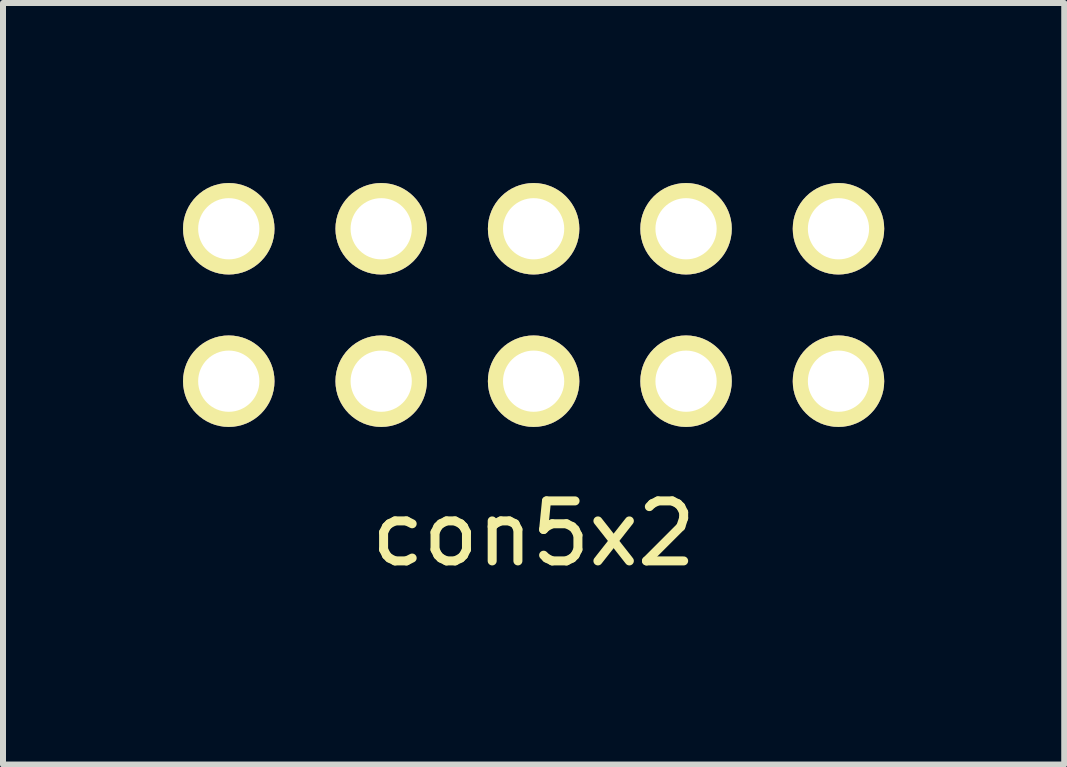
<source format=kicad_pcb>
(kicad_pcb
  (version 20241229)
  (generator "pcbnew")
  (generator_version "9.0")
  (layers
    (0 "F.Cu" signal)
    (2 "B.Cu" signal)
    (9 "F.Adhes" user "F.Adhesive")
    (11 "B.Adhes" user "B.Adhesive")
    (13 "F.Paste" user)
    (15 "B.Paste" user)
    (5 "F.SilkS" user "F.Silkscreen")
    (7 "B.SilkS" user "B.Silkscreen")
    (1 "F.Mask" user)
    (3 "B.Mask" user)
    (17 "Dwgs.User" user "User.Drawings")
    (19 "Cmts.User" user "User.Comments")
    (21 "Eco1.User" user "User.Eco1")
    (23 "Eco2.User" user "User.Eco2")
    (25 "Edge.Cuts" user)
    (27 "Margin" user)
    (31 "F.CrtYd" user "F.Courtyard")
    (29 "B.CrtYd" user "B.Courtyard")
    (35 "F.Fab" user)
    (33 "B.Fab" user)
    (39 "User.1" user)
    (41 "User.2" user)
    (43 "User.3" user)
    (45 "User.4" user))
  (footprint "con5x2"
    (layer "F.Cu")
    (at 5.842 3.302)
    (property "Reference" "con5x2" (at 0 2.54 0) (layer "F.SilkS") (effects (font (size 1 1) (thickness 0.15))))
    (attr through_hole)
    (pad "1" thru_hole circle (at -5.08 0) (size 1.524 1.524) (drill 1.02) (layers "*.Cu" "*.Mask" "F.SilkS"))
    (pad "2" thru_hole circle (at -5.08 -2.54) (size 1.524 1.524) (drill 1.02) (layers "*.Cu" "*.Mask" "F.SilkS"))
    (pad "3" thru_hole circle (at -2.54 0) (size 1.524 1.524) (drill 1.02) (layers "*.Cu" "*.Mask" "F.SilkS"))
    (pad "4" thru_hole circle (at -2.54 -2.54) (size 1.524 1.524) (drill 1.02) (layers "*.Cu" "*.Mask" "F.SilkS"))
    (pad "5" thru_hole circle (at 0 0) (size 1.524 1.524) (drill 1.02) (layers "*.Cu" "*.Mask" "F.SilkS"))
    (pad "6" thru_hole circle (at 0 -2.54) (size 1.524 1.524) (drill 1.02) (layers "*.Cu" "*.Mask" "F.SilkS"))
    (pad "7" thru_hole circle (at 2.54 0) (size 1.524 1.524) (drill 1.02) (layers "*.Cu" "*.Mask" "F.SilkS"))
    (pad "8" thru_hole circle (at 2.54 -2.54) (size 1.524 1.524) (drill 1.02) (layers "*.Cu" "*.Mask" "F.SilkS"))
    (pad "9" thru_hole circle (at 5.08 0) (size 1.524 1.524) (drill 1.02) (layers "*.Cu" "*.Mask" "F.SilkS"))
    (pad "10" thru_hole circle (at 5.08 -2.54) (size 1.524 1.524) (drill 1.02) (layers "*.Cu" "*.Mask" "F.SilkS")))
  (gr_rect
    (start -3 -3)
    (end 14.684 9.69)
    (stroke (width 0.1) (type default))
    (fill no)
    (layer "Edge.Cuts")))
</source>
